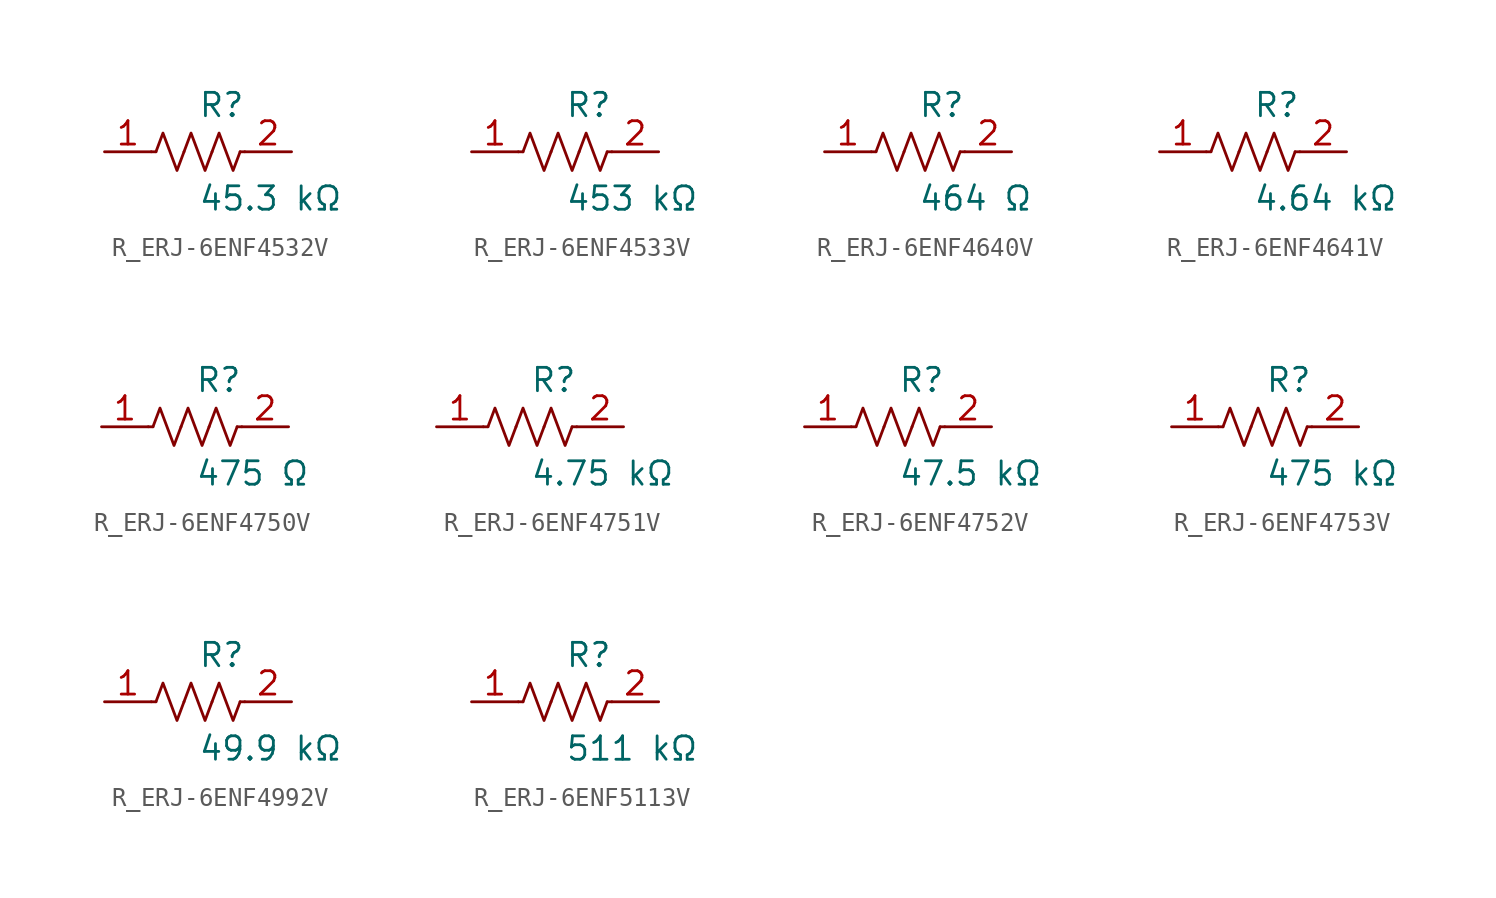
<source format=kicad_sym>
(kicad_symbol_lib
  (version 20231120)
  (generator kicad_symbol_editor)
  (generator_version 8.0)
  (symbol "R_ERJ-6ENF4532V"
    (pin_names
      (offset 0.254))
    (property "Reference" "R"
      (at 0.0 2.54 0)
      (effects (font (size 1.27 1.27)) (justify left)))
    (property "Value" "45.3 kΩ"
      (at 0.0 -2.54 0)
      (effects (font (size 1.27 1.27)) (justify left)))
    (symbol "R_ERJ-6ENF4532V_0_1"
      (polyline (pts (xy 2.286 0) (xy 2.54 0)) (stroke (width 0) (type default)) (fill (type none)))
      (polyline (pts (xy -2.286 0) (xy -2.54 0)) (stroke (width 0) (type default)) (fill (type none)))
      (polyline (pts (xy 0.762 0) (xy 1.143 1.016) (xy 1.524 0) (xy 1.905 -1.016) (xy 2.286 0)) (stroke (width 0) (type default)) (fill (type none)))
      (polyline (pts (xy -0.762 0) (xy -0.381 1.016) (xy 0 0) (xy 0.381 -1.016) (xy 0.762 0)) (stroke (width 0) (type default)) (fill (type none)))
      (polyline (pts (xy -2.286 0) (xy -1.905 1.016) (xy -1.524 0) (xy -1.143 -1.016) (xy -0.762 0)) (stroke (width 0) (type default)) (fill (type none))))
    (pin unspecified line
      (at -5.08 0 0)
      (length 2.54)
      (name "" (effects (font (size 1.27 1.27))))
      (number "1" (effects (font (size 1.27 1.27)))))
    (pin unspecified line
      (at 5.08 0 180)
      (length 2.54)
      (name "" (effects (font (size 1.27 1.27))))
      (number "2" (effects (font (size 1.27 1.27))))))
  (symbol "R_ERJ-6ENF4533V"
    (pin_names
      (offset 0.254))
    (property "Reference" "R"
      (at 0.0 2.54 0)
      (effects (font (size 1.27 1.27)) (justify left)))
    (property "Value" "453 kΩ"
      (at 0.0 -2.54 0)
      (effects (font (size 1.27 1.27)) (justify left)))
    (symbol "R_ERJ-6ENF4533V_0_1"
      (polyline (pts (xy 2.286 0) (xy 2.54 0)) (stroke (width 0) (type default)) (fill (type none)))
      (polyline (pts (xy -2.286 0) (xy -2.54 0)) (stroke (width 0) (type default)) (fill (type none)))
      (polyline (pts (xy 0.762 0) (xy 1.143 1.016) (xy 1.524 0) (xy 1.905 -1.016) (xy 2.286 0)) (stroke (width 0) (type default)) (fill (type none)))
      (polyline (pts (xy -0.762 0) (xy -0.381 1.016) (xy 0 0) (xy 0.381 -1.016) (xy 0.762 0)) (stroke (width 0) (type default)) (fill (type none)))
      (polyline (pts (xy -2.286 0) (xy -1.905 1.016) (xy -1.524 0) (xy -1.143 -1.016) (xy -0.762 0)) (stroke (width 0) (type default)) (fill (type none))))
    (pin unspecified line
      (at -5.08 0 0)
      (length 2.54)
      (name "" (effects (font (size 1.27 1.27))))
      (number "1" (effects (font (size 1.27 1.27)))))
    (pin unspecified line
      (at 5.08 0 180)
      (length 2.54)
      (name "" (effects (font (size 1.27 1.27))))
      (number "2" (effects (font (size 1.27 1.27))))))
  (symbol "R_ERJ-6ENF4640V"
    (pin_names
      (offset 0.254))
    (property "Reference" "R"
      (at 0.0 2.54 0)
      (effects (font (size 1.27 1.27)) (justify left)))
    (property "Value" "464 Ω"
      (at 0.0 -2.54 0)
      (effects (font (size 1.27 1.27)) (justify left)))
    (symbol "R_ERJ-6ENF4640V_0_1"
      (polyline (pts (xy 2.286 0) (xy 2.54 0)) (stroke (width 0) (type default)) (fill (type none)))
      (polyline (pts (xy -2.286 0) (xy -2.54 0)) (stroke (width 0) (type default)) (fill (type none)))
      (polyline (pts (xy 0.762 0) (xy 1.143 1.016) (xy 1.524 0) (xy 1.905 -1.016) (xy 2.286 0)) (stroke (width 0) (type default)) (fill (type none)))
      (polyline (pts (xy -0.762 0) (xy -0.381 1.016) (xy 0 0) (xy 0.381 -1.016) (xy 0.762 0)) (stroke (width 0) (type default)) (fill (type none)))
      (polyline (pts (xy -2.286 0) (xy -1.905 1.016) (xy -1.524 0) (xy -1.143 -1.016) (xy -0.762 0)) (stroke (width 0) (type default)) (fill (type none))))
    (pin unspecified line
      (at -5.08 0 0)
      (length 2.54)
      (name "" (effects (font (size 1.27 1.27))))
      (number "1" (effects (font (size 1.27 1.27)))))
    (pin unspecified line
      (at 5.08 0 180)
      (length 2.54)
      (name "" (effects (font (size 1.27 1.27))))
      (number "2" (effects (font (size 1.27 1.27))))))
  (symbol "R_ERJ-6ENF4641V"
    (pin_names
      (offset 0.254))
    (property "Reference" "R"
      (at 0.0 2.54 0)
      (effects (font (size 1.27 1.27)) (justify left)))
    (property "Value" "4.64 kΩ"
      (at 0.0 -2.54 0)
      (effects (font (size 1.27 1.27)) (justify left)))
    (symbol "R_ERJ-6ENF4641V_0_1"
      (polyline (pts (xy 2.286 0) (xy 2.54 0)) (stroke (width 0) (type default)) (fill (type none)))
      (polyline (pts (xy -2.286 0) (xy -2.54 0)) (stroke (width 0) (type default)) (fill (type none)))
      (polyline (pts (xy 0.762 0) (xy 1.143 1.016) (xy 1.524 0) (xy 1.905 -1.016) (xy 2.286 0)) (stroke (width 0) (type default)) (fill (type none)))
      (polyline (pts (xy -0.762 0) (xy -0.381 1.016) (xy 0 0) (xy 0.381 -1.016) (xy 0.762 0)) (stroke (width 0) (type default)) (fill (type none)))
      (polyline (pts (xy -2.286 0) (xy -1.905 1.016) (xy -1.524 0) (xy -1.143 -1.016) (xy -0.762 0)) (stroke (width 0) (type default)) (fill (type none))))
    (pin unspecified line
      (at -5.08 0 0)
      (length 2.54)
      (name "" (effects (font (size 1.27 1.27))))
      (number "1" (effects (font (size 1.27 1.27)))))
    (pin unspecified line
      (at 5.08 0 180)
      (length 2.54)
      (name "" (effects (font (size 1.27 1.27))))
      (number "2" (effects (font (size 1.27 1.27))))))
  (symbol "R_ERJ-6ENF4750V"
    (pin_names
      (offset 0.254))
    (property "Reference" "R"
      (at 0.0 2.54 0)
      (effects (font (size 1.27 1.27)) (justify left)))
    (property "Value" "475 Ω"
      (at 0.0 -2.54 0)
      (effects (font (size 1.27 1.27)) (justify left)))
    (symbol "R_ERJ-6ENF4750V_0_1"
      (polyline (pts (xy 2.286 0) (xy 2.54 0)) (stroke (width 0) (type default)) (fill (type none)))
      (polyline (pts (xy -2.286 0) (xy -2.54 0)) (stroke (width 0) (type default)) (fill (type none)))
      (polyline (pts (xy 0.762 0) (xy 1.143 1.016) (xy 1.524 0) (xy 1.905 -1.016) (xy 2.286 0)) (stroke (width 0) (type default)) (fill (type none)))
      (polyline (pts (xy -0.762 0) (xy -0.381 1.016) (xy 0 0) (xy 0.381 -1.016) (xy 0.762 0)) (stroke (width 0) (type default)) (fill (type none)))
      (polyline (pts (xy -2.286 0) (xy -1.905 1.016) (xy -1.524 0) (xy -1.143 -1.016) (xy -0.762 0)) (stroke (width 0) (type default)) (fill (type none))))
    (pin unspecified line
      (at -5.08 0 0)
      (length 2.54)
      (name "" (effects (font (size 1.27 1.27))))
      (number "1" (effects (font (size 1.27 1.27)))))
    (pin unspecified line
      (at 5.08 0 180)
      (length 2.54)
      (name "" (effects (font (size 1.27 1.27))))
      (number "2" (effects (font (size 1.27 1.27))))))
  (symbol "R_ERJ-6ENF4751V"
    (pin_names
      (offset 0.254))
    (property "Reference" "R"
      (at 0.0 2.54 0)
      (effects (font (size 1.27 1.27)) (justify left)))
    (property "Value" "4.75 kΩ"
      (at 0.0 -2.54 0)
      (effects (font (size 1.27 1.27)) (justify left)))
    (symbol "R_ERJ-6ENF4751V_0_1"
      (polyline (pts (xy 2.286 0) (xy 2.54 0)) (stroke (width 0) (type default)) (fill (type none)))
      (polyline (pts (xy -2.286 0) (xy -2.54 0)) (stroke (width 0) (type default)) (fill (type none)))
      (polyline (pts (xy 0.762 0) (xy 1.143 1.016) (xy 1.524 0) (xy 1.905 -1.016) (xy 2.286 0)) (stroke (width 0) (type default)) (fill (type none)))
      (polyline (pts (xy -0.762 0) (xy -0.381 1.016) (xy 0 0) (xy 0.381 -1.016) (xy 0.762 0)) (stroke (width 0) (type default)) (fill (type none)))
      (polyline (pts (xy -2.286 0) (xy -1.905 1.016) (xy -1.524 0) (xy -1.143 -1.016) (xy -0.762 0)) (stroke (width 0) (type default)) (fill (type none))))
    (pin unspecified line
      (at -5.08 0 0)
      (length 2.54)
      (name "" (effects (font (size 1.27 1.27))))
      (number "1" (effects (font (size 1.27 1.27)))))
    (pin unspecified line
      (at 5.08 0 180)
      (length 2.54)
      (name "" (effects (font (size 1.27 1.27))))
      (number "2" (effects (font (size 1.27 1.27))))))
  (symbol "R_ERJ-6ENF4752V"
    (pin_names
      (offset 0.254))
    (property "Reference" "R"
      (at 0.0 2.54 0)
      (effects (font (size 1.27 1.27)) (justify left)))
    (property "Value" "47.5 kΩ"
      (at 0.0 -2.54 0)
      (effects (font (size 1.27 1.27)) (justify left)))
    (symbol "R_ERJ-6ENF4752V_0_1"
      (polyline (pts (xy 2.286 0) (xy 2.54 0)) (stroke (width 0) (type default)) (fill (type none)))
      (polyline (pts (xy -2.286 0) (xy -2.54 0)) (stroke (width 0) (type default)) (fill (type none)))
      (polyline (pts (xy 0.762 0) (xy 1.143 1.016) (xy 1.524 0) (xy 1.905 -1.016) (xy 2.286 0)) (stroke (width 0) (type default)) (fill (type none)))
      (polyline (pts (xy -0.762 0) (xy -0.381 1.016) (xy 0 0) (xy 0.381 -1.016) (xy 0.762 0)) (stroke (width 0) (type default)) (fill (type none)))
      (polyline (pts (xy -2.286 0) (xy -1.905 1.016) (xy -1.524 0) (xy -1.143 -1.016) (xy -0.762 0)) (stroke (width 0) (type default)) (fill (type none))))
    (pin unspecified line
      (at -5.08 0 0)
      (length 2.54)
      (name "" (effects (font (size 1.27 1.27))))
      (number "1" (effects (font (size 1.27 1.27)))))
    (pin unspecified line
      (at 5.08 0 180)
      (length 2.54)
      (name "" (effects (font (size 1.27 1.27))))
      (number "2" (effects (font (size 1.27 1.27))))))
  (symbol "R_ERJ-6ENF4753V"
    (pin_names
      (offset 0.254))
    (property "Reference" "R"
      (at 0.0 2.54 0)
      (effects (font (size 1.27 1.27)) (justify left)))
    (property "Value" "475 kΩ"
      (at 0.0 -2.54 0)
      (effects (font (size 1.27 1.27)) (justify left)))
    (symbol "R_ERJ-6ENF4753V_0_1"
      (polyline (pts (xy 2.286 0) (xy 2.54 0)) (stroke (width 0) (type default)) (fill (type none)))
      (polyline (pts (xy -2.286 0) (xy -2.54 0)) (stroke (width 0) (type default)) (fill (type none)))
      (polyline (pts (xy 0.762 0) (xy 1.143 1.016) (xy 1.524 0) (xy 1.905 -1.016) (xy 2.286 0)) (stroke (width 0) (type default)) (fill (type none)))
      (polyline (pts (xy -0.762 0) (xy -0.381 1.016) (xy 0 0) (xy 0.381 -1.016) (xy 0.762 0)) (stroke (width 0) (type default)) (fill (type none)))
      (polyline (pts (xy -2.286 0) (xy -1.905 1.016) (xy -1.524 0) (xy -1.143 -1.016) (xy -0.762 0)) (stroke (width 0) (type default)) (fill (type none))))
    (pin unspecified line
      (at -5.08 0 0)
      (length 2.54)
      (name "" (effects (font (size 1.27 1.27))))
      (number "1" (effects (font (size 1.27 1.27)))))
    (pin unspecified line
      (at 5.08 0 180)
      (length 2.54)
      (name "" (effects (font (size 1.27 1.27))))
      (number "2" (effects (font (size 1.27 1.27))))))
  (symbol "R_ERJ-6ENF4992V"
    (pin_names
      (offset 0.254))
    (property "Reference" "R"
      (at 0.0 2.54 0)
      (effects (font (size 1.27 1.27)) (justify left)))
    (property "Value" "49.9 kΩ"
      (at 0.0 -2.54 0)
      (effects (font (size 1.27 1.27)) (justify left)))
    (symbol "R_ERJ-6ENF4992V_0_1"
      (polyline (pts (xy 2.286 0) (xy 2.54 0)) (stroke (width 0) (type default)) (fill (type none)))
      (polyline (pts (xy -2.286 0) (xy -2.54 0)) (stroke (width 0) (type default)) (fill (type none)))
      (polyline (pts (xy 0.762 0) (xy 1.143 1.016) (xy 1.524 0) (xy 1.905 -1.016) (xy 2.286 0)) (stroke (width 0) (type default)) (fill (type none)))
      (polyline (pts (xy -0.762 0) (xy -0.381 1.016) (xy 0 0) (xy 0.381 -1.016) (xy 0.762 0)) (stroke (width 0) (type default)) (fill (type none)))
      (polyline (pts (xy -2.286 0) (xy -1.905 1.016) (xy -1.524 0) (xy -1.143 -1.016) (xy -0.762 0)) (stroke (width 0) (type default)) (fill (type none))))
    (pin unspecified line
      (at -5.08 0 0)
      (length 2.54)
      (name "" (effects (font (size 1.27 1.27))))
      (number "1" (effects (font (size 1.27 1.27)))))
    (pin unspecified line
      (at 5.08 0 180)
      (length 2.54)
      (name "" (effects (font (size 1.27 1.27))))
      (number "2" (effects (font (size 1.27 1.27))))))
  (symbol "R_ERJ-6ENF5113V"
    (pin_names
      (offset 0.254))
    (property "Reference" "R"
      (at 0.0 2.54 0)
      (effects (font (size 1.27 1.27)) (justify left)))
    (property "Value" "511 kΩ"
      (at 0.0 -2.54 0)
      (effects (font (size 1.27 1.27)) (justify left)))
    (symbol "R_ERJ-6ENF5113V_0_1"
      (polyline (pts (xy 2.286 0) (xy 2.54 0)) (stroke (width 0) (type default)) (fill (type none)))
      (polyline (pts (xy -2.286 0) (xy -2.54 0)) (stroke (width 0) (type default)) (fill (type none)))
      (polyline (pts (xy 0.762 0) (xy 1.143 1.016) (xy 1.524 0) (xy 1.905 -1.016) (xy 2.286 0)) (stroke (width 0) (type default)) (fill (type none)))
      (polyline (pts (xy -0.762 0) (xy -0.381 1.016) (xy 0 0) (xy 0.381 -1.016) (xy 0.762 0)) (stroke (width 0) (type default)) (fill (type none)))
      (polyline (pts (xy -2.286 0) (xy -1.905 1.016) (xy -1.524 0) (xy -1.143 -1.016) (xy -0.762 0)) (stroke (width 0) (type default)) (fill (type none))))
    (pin unspecified line
      (at -5.08 0 0)
      (length 2.54)
      (name "" (effects (font (size 1.27 1.27))))
      (number "1" (effects (font (size 1.27 1.27)))))
    (pin unspecified line
      (at 5.08 0 180)
      (length 2.54)
      (name "" (effects (font (size 1.27 1.27))))
      (number "2" (effects (font (size 1.27 1.27)))))))
</source>
